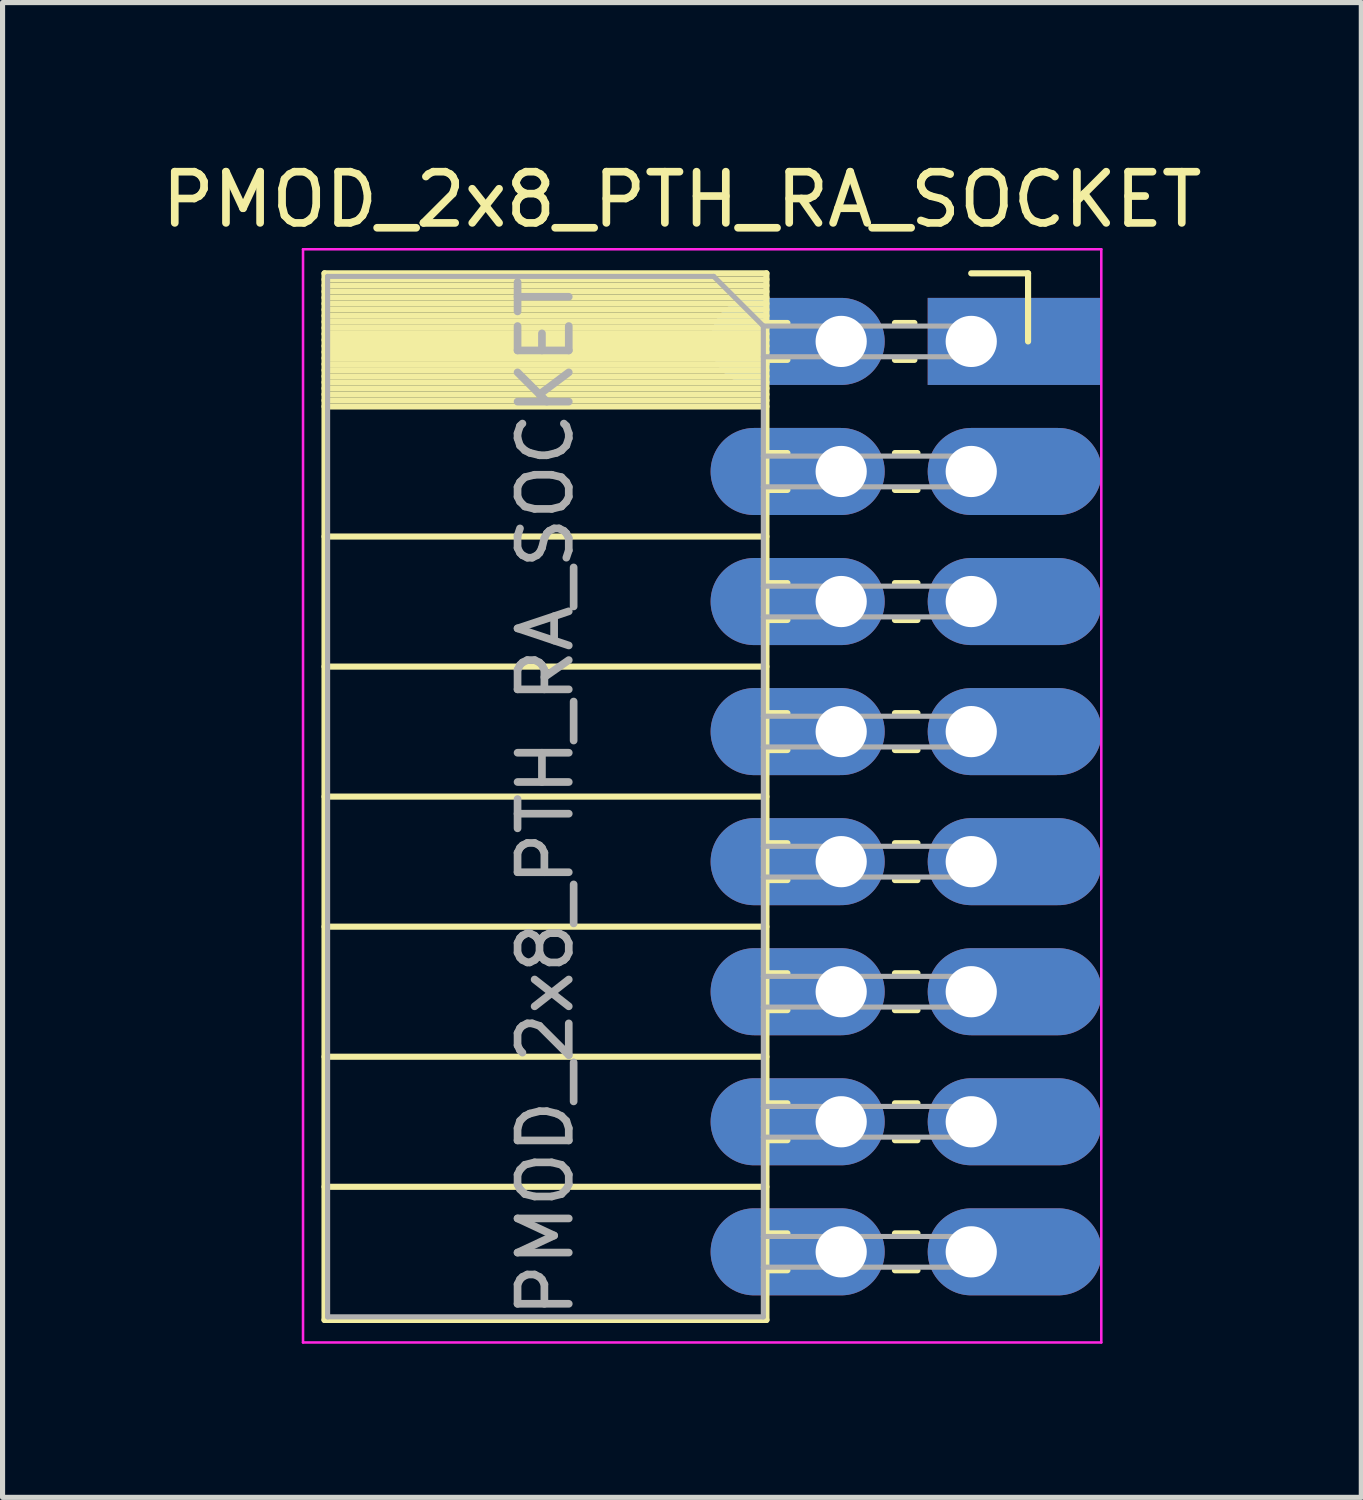
<source format=kicad_pcb>
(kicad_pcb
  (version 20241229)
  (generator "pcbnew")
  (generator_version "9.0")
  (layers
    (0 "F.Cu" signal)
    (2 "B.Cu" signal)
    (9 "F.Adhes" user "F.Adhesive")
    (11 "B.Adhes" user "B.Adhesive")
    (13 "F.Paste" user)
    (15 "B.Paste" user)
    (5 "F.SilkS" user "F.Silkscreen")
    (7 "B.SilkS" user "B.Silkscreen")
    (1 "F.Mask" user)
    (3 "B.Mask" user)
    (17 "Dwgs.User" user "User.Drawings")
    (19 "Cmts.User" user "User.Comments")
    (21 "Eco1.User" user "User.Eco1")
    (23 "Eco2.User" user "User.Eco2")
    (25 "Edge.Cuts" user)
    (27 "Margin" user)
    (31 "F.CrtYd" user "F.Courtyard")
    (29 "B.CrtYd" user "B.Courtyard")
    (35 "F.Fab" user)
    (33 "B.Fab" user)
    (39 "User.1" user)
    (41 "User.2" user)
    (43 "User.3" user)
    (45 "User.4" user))
  (footprint "PMOD_2x8_PTH_RA_SOCKET"
    (layer "F.Cu")
    (at 15.918 3.618)
    (property "Reference" "PMOD_2x8_PTH_RA_SOCKET" (at -5.65 -2.77 0) (layer "F.SilkS") (effects (font (size 1 1) (thickness 0.15))))
    (attr through_hole)
    (fp_line (start -12.63 -1.33) (end -12.63 19.11) (stroke (width 0.12) (type solid)) (layer "F.SilkS"))
    (fp_line (start -12.63 -1.33) (end -4 -1.33) (stroke (width 0.12) (type solid)) (layer "F.SilkS"))
    (fp_line (start -12.63 -1.21) (end -4 -1.21) (stroke (width 0.12) (type solid)) (layer "F.SilkS"))
    (fp_line (start -12.63 -1.092) (end -4 -1.092) (stroke (width 0.12) (type solid)) (layer "F.SilkS"))
    (fp_line (start -12.63 -0.974) (end -4 -0.974) (stroke (width 0.12) (type solid)) (layer "F.SilkS"))
    (fp_line (start -12.63 -0.856) (end -4 -0.856) (stroke (width 0.12) (type solid)) (layer "F.SilkS"))
    (fp_line (start -12.63 -0.738) (end -4 -0.738) (stroke (width 0.12) (type solid)) (layer "F.SilkS"))
    (fp_line (start -12.63 -0.62) (end -4 -0.62) (stroke (width 0.12) (type solid)) (layer "F.SilkS"))
    (fp_line (start -12.63 -0.501) (end -4 -0.501) (stroke (width 0.12) (type solid)) (layer "F.SilkS"))
    (fp_line (start -12.63 -0.383) (end -4 -0.383) (stroke (width 0.12) (type solid)) (layer "F.SilkS"))
    (fp_line (start -12.63 -0.265) (end -4 -0.265) (stroke (width 0.12) (type solid)) (layer "F.SilkS"))
    (fp_line (start -12.63 -0.147) (end -4 -0.147) (stroke (width 0.12) (type solid)) (layer "F.SilkS"))
    (fp_line (start -12.63 -0.029) (end -4 -0.029) (stroke (width 0.12) (type solid)) (layer "F.SilkS"))
    (fp_line (start -12.63 0.089) (end -4 0.089) (stroke (width 0.12) (type solid)) (layer "F.SilkS"))
    (fp_line (start -12.63 0.207) (end -4 0.207) (stroke (width 0.12) (type solid)) (layer "F.SilkS"))
    (fp_line (start -12.63 0.325) (end -4 0.325) (stroke (width 0.12) (type solid)) (layer "F.SilkS"))
    (fp_line (start -12.63 0.443) (end -4 0.443) (stroke (width 0.12) (type solid)) (layer "F.SilkS"))
    (fp_line (start -12.63 0.561) (end -4 0.561) (stroke (width 0.12) (type solid)) (layer "F.SilkS"))
    (fp_line (start -12.63 0.68) (end -4 0.68) (stroke (width 0.12) (type solid)) (layer "F.SilkS"))
    (fp_line (start -12.63 0.798) (end -4 0.798) (stroke (width 0.12) (type solid)) (layer "F.SilkS"))
    (fp_line (start -12.63 0.916) (end -4 0.916) (stroke (width 0.12) (type solid)) (layer "F.SilkS"))
    (fp_line (start -12.63 1.034) (end -4 1.034) (stroke (width 0.12) (type solid)) (layer "F.SilkS"))
    (fp_line (start -12.63 1.152) (end -4 1.152) (stroke (width 0.12) (type solid)) (layer "F.SilkS"))
    (fp_line (start -12.63 1.27) (end -4 1.27) (stroke (width 0.12) (type solid)) (layer "F.SilkS"))
    (fp_line (start -12.63 3.81) (end -4 3.81) (stroke (width 0.12) (type solid)) (layer "F.SilkS"))
    (fp_line (start -12.63 6.35) (end -4 6.35) (stroke (width 0.12) (type solid)) (layer "F.SilkS"))
    (fp_line (start -12.63 8.89) (end -4 8.89) (stroke (width 0.12) (type solid)) (layer "F.SilkS"))
    (fp_line (start -12.63 11.43) (end -4 11.43) (stroke (width 0.12) (type solid)) (layer "F.SilkS"))
    (fp_line (start -12.63 13.97) (end -4 13.97) (stroke (width 0.12) (type solid)) (layer "F.SilkS"))
    (fp_line (start -12.63 16.51) (end -4 16.51) (stroke (width 0.12) (type solid)) (layer "F.SilkS"))
    (fp_line (start -12.63 19.11) (end -4 19.11) (stroke (width 0.12) (type solid)) (layer "F.SilkS"))
    (fp_line (start -4 -1.33) (end -4 19.11) (stroke (width 0.12) (type solid)) (layer "F.SilkS"))
    (fp_line (start -4 -0.36) (end -3.59 -0.36) (stroke (width 0.12) (type solid)) (layer "F.SilkS"))
    (fp_line (start -4 0.36) (end -3.59 0.36) (stroke (width 0.12) (type solid)) (layer "F.SilkS"))
    (fp_line (start -4 2.18) (end -3.59 2.18) (stroke (width 0.12) (type solid)) (layer "F.SilkS"))
    (fp_line (start -4 2.9) (end -3.59 2.9) (stroke (width 0.12) (type solid)) (layer "F.SilkS"))
    (fp_line (start -4 4.72) (end -3.59 4.72) (stroke (width 0.12) (type solid)) (layer "F.SilkS"))
    (fp_line (start -4 5.44) (end -3.59 5.44) (stroke (width 0.12) (type solid)) (layer "F.SilkS"))
    (fp_line (start -4 7.26) (end -3.59 7.26) (stroke (width 0.12) (type solid)) (layer "F.SilkS"))
    (fp_line (start -4 7.98) (end -3.59 7.98) (stroke (width 0.12) (type solid)) (layer "F.SilkS"))
    (fp_line (start -4 9.8) (end -3.59 9.8) (stroke (width 0.12) (type solid)) (layer "F.SilkS"))
    (fp_line (start -4 10.52) (end -3.59 10.52) (stroke (width 0.12) (type solid)) (layer "F.SilkS"))
    (fp_line (start -4 12.34) (end -3.59 12.34) (stroke (width 0.12) (type solid)) (layer "F.SilkS"))
    (fp_line (start -4 13.06) (end -3.59 13.06) (stroke (width 0.12) (type solid)) (layer "F.SilkS"))
    (fp_line (start -4 14.88) (end -3.59 14.88) (stroke (width 0.12) (type solid)) (layer "F.SilkS"))
    (fp_line (start -4 15.6) (end -3.59 15.6) (stroke (width 0.12) (type solid)) (layer "F.SilkS"))
    (fp_line (start -4 17.42) (end -3.59 17.42) (stroke (width 0.12) (type solid)) (layer "F.SilkS"))
    (fp_line (start -4 18.14) (end -3.59 18.14) (stroke (width 0.12) (type solid)) (layer "F.SilkS"))
    (fp_line (start -1.49 -0.36) (end -1.11 -0.36) (stroke (width 0.12) (type solid)) (layer "F.SilkS"))
    (fp_line (start -1.49 0.36) (end -1.11 0.36) (stroke (width 0.12) (type solid)) (layer "F.SilkS"))
    (fp_line (start -1.49 2.18) (end -1.05 2.18) (stroke (width 0.12) (type solid)) (layer "F.SilkS"))
    (fp_line (start -1.49 2.9) (end -1.05 2.9) (stroke (width 0.12) (type solid)) (layer "F.SilkS"))
    (fp_line (start -1.49 4.72) (end -1.05 4.72) (stroke (width 0.12) (type solid)) (layer "F.SilkS"))
    (fp_line (start -1.49 5.44) (end -1.05 5.44) (stroke (width 0.12) (type solid)) (layer "F.SilkS"))
    (fp_line (start -1.49 7.26) (end -1.05 7.26) (stroke (width 0.12) (type solid)) (layer "F.SilkS"))
    (fp_line (start -1.49 7.98) (end -1.05 7.98) (stroke (width 0.12) (type solid)) (layer "F.SilkS"))
    (fp_line (start -1.49 9.8) (end -1.05 9.8) (stroke (width 0.12) (type solid)) (layer "F.SilkS"))
    (fp_line (start -1.49 10.52) (end -1.05 10.52) (stroke (width 0.12) (type solid)) (layer "F.SilkS"))
    (fp_line (start -1.49 12.34) (end -1.05 12.34) (stroke (width 0.12) (type solid)) (layer "F.SilkS"))
    (fp_line (start -1.49 13.06) (end -1.05 13.06) (stroke (width 0.12) (type solid)) (layer "F.SilkS"))
    (fp_line (start -1.49 14.88) (end -1.05 14.88) (stroke (width 0.12) (type solid)) (layer "F.SilkS"))
    (fp_line (start -1.49 15.6) (end -1.05 15.6) (stroke (width 0.12) (type solid)) (layer "F.SilkS"))
    (fp_line (start -1.49 17.42) (end -1.05 17.42) (stroke (width 0.12) (type solid)) (layer "F.SilkS"))
    (fp_line (start -1.49 18.14) (end -1.05 18.14) (stroke (width 0.12) (type solid)) (layer "F.SilkS"))
    (fp_line (start 0 -1.33) (end 1.11 -1.33) (stroke (width 0.12) (type solid)) (layer "F.SilkS"))
    (fp_line (start 1.11 -1.33) (end 1.11 0) (stroke (width 0.12) (type solid)) (layer "F.SilkS"))
    (fp_line (start -13.05 -1.8) (end -13.05 19.55) (stroke (width 0.05) (type solid)) (layer "F.CrtYd"))
    (fp_line (start -13.05 19.55) (end 2.54 19.55) (stroke (width 0.05) (type solid)) (layer "F.CrtYd"))
    (fp_line (start 2.54 -1.8) (end -13.05 -1.8) (stroke (width 0.05) (type solid)) (layer "F.CrtYd"))
    (fp_line (start 2.54 19.55) (end 2.54 -1.8) (stroke (width 0.05) (type solid)) (layer "F.CrtYd"))
    (fp_line (start -12.57 -1.27) (end -5.03 -1.27) (stroke (width 0.1) (type solid)) (layer "F.Fab"))
    (fp_line (start -12.57 19.05) (end -12.57 -1.27) (stroke (width 0.1) (type solid)) (layer "F.Fab"))
    (fp_line (start -5.03 -1.27) (end -4.06 -0.3) (stroke (width 0.1) (type solid)) (layer "F.Fab"))
    (fp_line (start -4.06 -0.3) (end -4.06 19.05) (stroke (width 0.1) (type solid)) (layer "F.Fab"))
    (fp_line (start -4.06 0.3) (end 0 0.3) (stroke (width 0.1) (type solid)) (layer "F.Fab"))
    (fp_line (start -4.06 2.84) (end 0 2.84) (stroke (width 0.1) (type solid)) (layer "F.Fab"))
    (fp_line (start -4.06 5.38) (end 0 5.38) (stroke (width 0.1) (type solid)) (layer "F.Fab"))
    (fp_line (start -4.06 7.92) (end 0 7.92) (stroke (width 0.1) (type solid)) (layer "F.Fab"))
    (fp_line (start -4.06 10.46) (end 0 10.46) (stroke (width 0.1) (type solid)) (layer "F.Fab"))
    (fp_line (start -4.06 13) (end 0 13) (stroke (width 0.1) (type solid)) (layer "F.Fab"))
    (fp_line (start -4.06 15.54) (end 0 15.54) (stroke (width 0.1) (type solid)) (layer "F.Fab"))
    (fp_line (start -4.06 18.08) (end 0 18.08) (stroke (width 0.1) (type solid)) (layer "F.Fab"))
    (fp_line (start -4.06 19.05) (end -12.57 19.05) (stroke (width 0.1) (type solid)) (layer "F.Fab"))
    (fp_line (start 0 -0.3) (end -4.06 -0.3) (stroke (width 0.1) (type solid)) (layer "F.Fab"))
    (fp_line (start 0 0.3) (end 0 -0.3) (stroke (width 0.1) (type solid)) (layer "F.Fab"))
    (fp_line (start 0 2.24) (end -4.06 2.24) (stroke (width 0.1) (type solid)) (layer "F.Fab"))
    (fp_line (start 0 2.84) (end 0 2.24) (stroke (width 0.1) (type solid)) (layer "F.Fab"))
    (fp_line (start 0 4.78) (end -4.06 4.78) (stroke (width 0.1) (type solid)) (layer "F.Fab"))
    (fp_line (start 0 5.38) (end 0 4.78) (stroke (width 0.1) (type solid)) (layer "F.Fab"))
    (fp_line (start 0 7.32) (end -4.06 7.32) (stroke (width 0.1) (type solid)) (layer "F.Fab"))
    (fp_line (start 0 7.92) (end 0 7.32) (stroke (width 0.1) (type solid)) (layer "F.Fab"))
    (fp_line (start 0 9.86) (end -4.06 9.86) (stroke (width 0.1) (type solid)) (layer "F.Fab"))
    (fp_line (start 0 10.46) (end 0 9.86) (stroke (width 0.1) (type solid)) (layer "F.Fab"))
    (fp_line (start 0 12.4) (end -4.06 12.4) (stroke (width 0.1) (type solid)) (layer "F.Fab"))
    (fp_line (start 0 13) (end 0 12.4) (stroke (width 0.1) (type solid)) (layer "F.Fab"))
    (fp_line (start 0 14.94) (end -4.06 14.94) (stroke (width 0.1) (type solid)) (layer "F.Fab"))
    (fp_line (start 0 15.54) (end 0 14.94) (stroke (width 0.1) (type solid)) (layer "F.Fab"))
    (fp_line (start 0 17.48) (end -4.06 17.48) (stroke (width 0.1) (type solid)) (layer "F.Fab"))
    (fp_line (start 0 18.08) (end 0 17.48) (stroke (width 0.1) (type solid)) (layer "F.Fab"))
    (fp_text user "${REFERENCE}" (at -8.315 8.89 90) (layer "F.Fab") (effects (font (size 1 1) (thickness 0.15))))
    (pad "1" thru_hole rect (at 0 0) (size 3.4 1.7) (drill 1 (offset 0.85 0)) (layers "*.Cu" "*.Mask"))
    (pad "2" thru_hole oval (at 0 2.54) (size 3.4 1.7) (drill 1 (offset 0.85 0)) (layers "*.Cu" "*.Mask"))
    (pad "3" thru_hole oval (at 0 5.08) (size 3.4 1.7) (drill 1 (offset 0.85 0)) (layers "*.Cu" "*.Mask"))
    (pad "4" thru_hole oval (at 0 7.62) (size 3.4 1.7) (drill 1 (offset 0.85 0)) (layers "*.Cu" "*.Mask"))
    (pad "5" thru_hole oval (at 0 10.16) (size 3.4 1.7) (drill 1 (offset 0.85 0)) (layers "*.Cu" "*.Mask"))
    (pad "6" thru_hole oval (at 0 12.7) (size 3.4 1.7) (drill 1 (offset 0.85 0)) (layers "*.Cu" "*.Mask"))
    (pad "7" thru_hole oval (at 0 15.24) (size 3.4 1.7) (drill 1 (offset 0.85 0)) (layers "*.Cu" "*.Mask"))
    (pad "8" thru_hole oval (at 0 17.78) (size 3.4 1.7) (drill 1 (offset 0.85 0)) (layers "*.Cu" "*.Mask"))
    (pad "9" thru_hole oval (at -2.54 0) (size 3.4 1.7) (drill 1 (offset -0.85 0)) (layers "*.Cu" "*.Mask"))
    (pad "10" thru_hole oval (at -2.54 2.54) (size 3.4 1.7) (drill 1 (offset -0.85 0)) (layers "*.Cu" "*.Mask"))
    (pad "11" thru_hole oval (at -2.54 5.08) (size 3.4 1.7) (drill 1 (offset -0.85 0)) (layers "*.Cu" "*.Mask"))
    (pad "12" thru_hole oval (at -2.54 7.62) (size 3.4 1.7) (drill 1 (offset -0.85 0)) (layers "*.Cu" "*.Mask"))
    (pad "13" thru_hole oval (at -2.54 10.16) (size 3.4 1.7) (drill 1 (offset -0.85 0)) (layers "*.Cu" "*.Mask"))
    (pad "14" thru_hole oval (at -2.54 12.7) (size 3.4 1.7) (drill 1 (offset -0.85 0)) (layers "*.Cu" "*.Mask"))
    (pad "15" thru_hole oval (at -2.54 15.24) (size 3.4 1.7) (drill 1 (offset -0.85 0)) (layers "*.Cu" "*.Mask"))
    (pad "16" thru_hole oval (at -2.54 17.78) (size 3.4 1.7) (drill 1 (offset -0.85 0)) (layers "*.Cu" "*.Mask")))
  (gr_rect
    (start -3 -3)
    (end 23.536 26.193)
    (stroke (width 0.1) (type default))
    (fill no)
    (layer "Edge.Cuts")))
</source>
